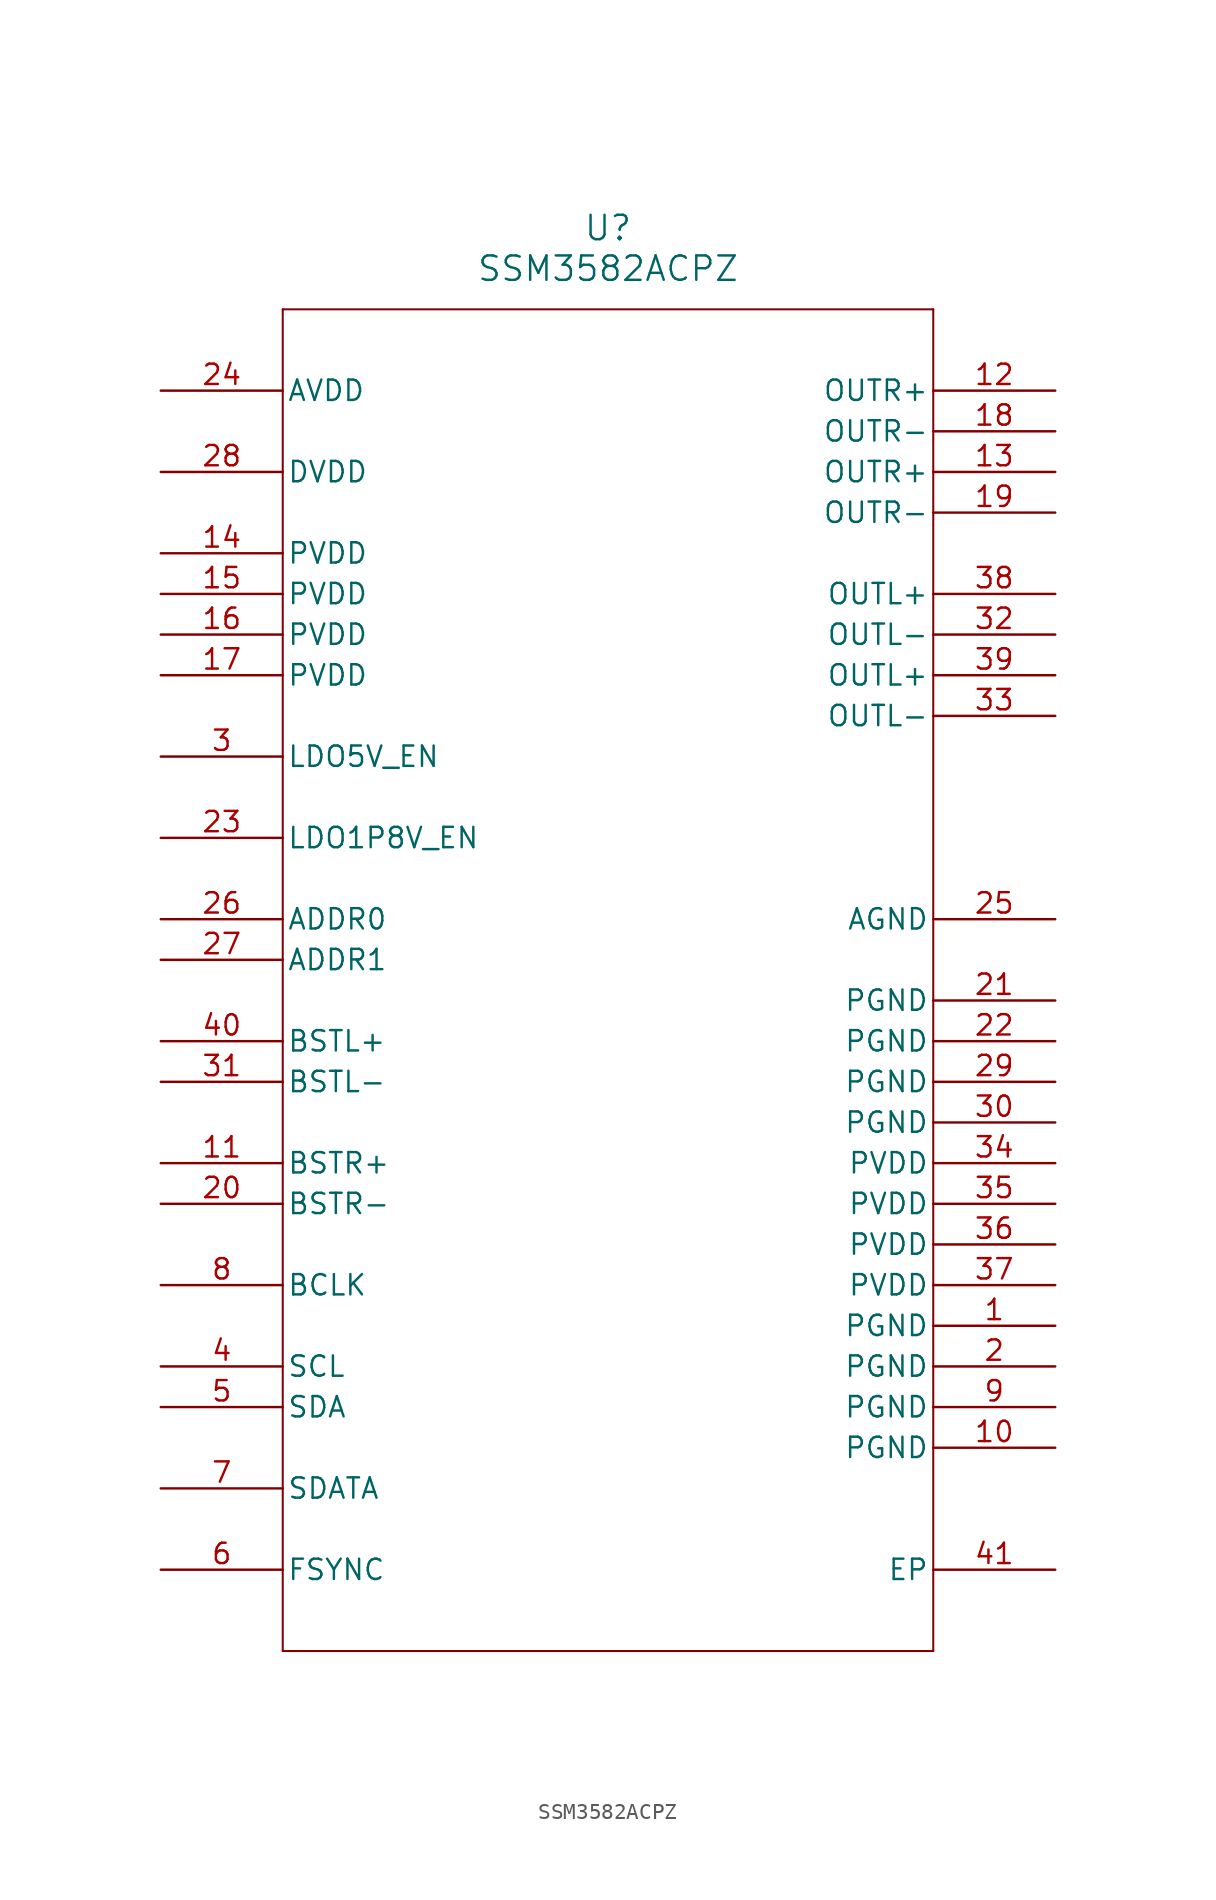
<source format=kicad_sym>
(kicad_symbol_lib
  (version 20211014)
  (generator kicad_symbol_editor)
  (symbol "SSM3582ACPZ"
    (pin_names
      (offset 0.254))
    (property "Reference" "U"
      (at 27.94 10.16 0)
      (effects (font (size 1.524 1.524))))
    (property "Value" "SSM3582ACPZ"
      (at 27.94 7.62 0)
      (effects (font (size 1.524 1.524))))
    (symbol "SSM3582ACPZ_0_1"
      (polyline (pts (xy 7.62 5.08) (xy 7.62 -78.74)) (stroke (width 0.127) (type default) (color 0 0 0 0)) (fill (type none)))
      (polyline (pts (xy 7.62 -78.74) (xy 48.26 -78.74)) (stroke (width 0.127) (type default) (color 0 0 0 0)) (fill (type none)))
      (polyline (pts (xy 48.26 -78.74) (xy 48.26 5.08)) (stroke (width 0.127) (type default) (color 0 0 0 0)) (fill (type none)))
      (polyline (pts (xy 48.26 5.08) (xy 7.62 5.08)) (stroke (width 0.127) (type default) (color 0 0 0 0)) (fill (type none)))
      (pin unspecified line (at 0 -33.02 0) (length 7.62) (name "ADDR0" (effects (font (size 1.27 1.27)))) (number "26" (effects (font (size 1.27 1.27)))))
      (pin unspecified line (at 0 -35.56 0) (length 7.62) (name "ADDR1" (effects (font (size 1.27 1.27)))) (number "27" (effects (font (size 1.27 1.27)))))
      (pin unspecified line (at 55.88 -33.02 180) (length 7.62) (name "AGND" (effects (font (size 1.27 1.27)))) (number "25" (effects (font (size 1.27 1.27)))))
      (pin unspecified line (at 0 0 0) (length 7.62) (name "AVDD" (effects (font (size 1.27 1.27)))) (number "24" (effects (font (size 1.27 1.27)))))
      (pin unspecified line (at 0 -55.88 0) (length 7.62) (name "BCLK" (effects (font (size 1.27 1.27)))) (number "8" (effects (font (size 1.27 1.27)))))
      (pin unspecified line (at 0 -43.18 0) (length 7.62) (name "BSTL-" (effects (font (size 1.27 1.27)))) (number "31" (effects (font (size 1.27 1.27)))))
      (pin unspecified line (at 0 -40.64 0) (length 7.62) (name "BSTL+" (effects (font (size 1.27 1.27)))) (number "40" (effects (font (size 1.27 1.27)))))
      (pin unspecified line (at 0 -50.8 0) (length 7.62) (name "BSTR-" (effects (font (size 1.27 1.27)))) (number "20" (effects (font (size 1.27 1.27)))))
      (pin unspecified line (at 0 -48.26 0) (length 7.62) (name "BSTR+" (effects (font (size 1.27 1.27)))) (number "11" (effects (font (size 1.27 1.27)))))
      (pin unspecified line (at 0 -5.08 0) (length 7.62) (name "DVDD" (effects (font (size 1.27 1.27)))) (number "28" (effects (font (size 1.27 1.27)))))
      (pin unspecified line (at 55.88 -73.66 180) (length 7.62) (name "EP" (effects (font (size 1.27 1.27)))) (number "41" (effects (font (size 1.27 1.27)))))
      (pin unspecified line (at 0 -73.66 0) (length 7.62) (name "FSYNC" (effects (font (size 1.27 1.27)))) (number "6" (effects (font (size 1.27 1.27)))))
      (pin unspecified line (at 0 -27.94 0) (length 7.62) (name "LDO1P8V_EN" (effects (font (size 1.27 1.27)))) (number "23" (effects (font (size 1.27 1.27)))))
      (pin unspecified line (at 0 -22.86 0) (length 7.62) (name "LDO5V_EN" (effects (font (size 1.27 1.27)))) (number "3" (effects (font (size 1.27 1.27)))))
      (pin unspecified line (at 55.88 -15.24 180) (length 7.62) (name "OUTL-" (effects (font (size 1.27 1.27)))) (number "32" (effects (font (size 1.27 1.27)))))
      (pin unspecified line (at 55.88 -20.32 180) (length 7.62) (name "OUTL-" (effects (font (size 1.27 1.27)))) (number "33" (effects (font (size 1.27 1.27)))))
      (pin unspecified line (at 55.88 -12.7 180) (length 7.62) (name "OUTL+" (effects (font (size 1.27 1.27)))) (number "38" (effects (font (size 1.27 1.27)))))
      (pin unspecified line (at 55.88 -17.78 180) (length 7.62) (name "OUTL+" (effects (font (size 1.27 1.27)))) (number "39" (effects (font (size 1.27 1.27)))))
      (pin unspecified line (at 55.88 -2.54 180) (length 7.62) (name "OUTR-" (effects (font (size 1.27 1.27)))) (number "18" (effects (font (size 1.27 1.27)))))
      (pin unspecified line (at 55.88 -7.62 180) (length 7.62) (name "OUTR-" (effects (font (size 1.27 1.27)))) (number "19" (effects (font (size 1.27 1.27)))))
      (pin unspecified line (at 55.88 0 180) (length 7.62) (name "OUTR+" (effects (font (size 1.27 1.27)))) (number "12" (effects (font (size 1.27 1.27)))))
      (pin unspecified line (at 55.88 -5.08 180) (length 7.62) (name "OUTR+" (effects (font (size 1.27 1.27)))) (number "13" (effects (font (size 1.27 1.27)))))
      (pin unspecified line (at 55.88 -58.42 180) (length 7.62) (name "PGND" (effects (font (size 1.27 1.27)))) (number "1" (effects (font (size 1.27 1.27)))))
      (pin unspecified line (at 55.88 -60.96 180) (length 7.62) (name "PGND" (effects (font (size 1.27 1.27)))) (number "2" (effects (font (size 1.27 1.27)))))
      (pin unspecified line (at 55.88 -63.5 180) (length 7.62) (name "PGND" (effects (font (size 1.27 1.27)))) (number "9" (effects (font (size 1.27 1.27)))))
      (pin unspecified line (at 55.88 -66.04 180) (length 7.62) (name "PGND" (effects (font (size 1.27 1.27)))) (number "10" (effects (font (size 1.27 1.27)))))
      (pin unspecified line (at 55.88 -38.1 180) (length 7.62) (name "PGND" (effects (font (size 1.27 1.27)))) (number "21" (effects (font (size 1.27 1.27)))))
      (pin unspecified line (at 55.88 -40.64 180) (length 7.62) (name "PGND" (effects (font (size 1.27 1.27)))) (number "22" (effects (font (size 1.27 1.27)))))
      (pin unspecified line (at 55.88 -43.18 180) (length 7.62) (name "PGND" (effects (font (size 1.27 1.27)))) (number "29" (effects (font (size 1.27 1.27)))))
      (pin unspecified line (at 55.88 -45.72 180) (length 7.62) (name "PGND" (effects (font (size 1.27 1.27)))) (number "30" (effects (font (size 1.27 1.27)))))
      (pin unspecified line (at 0 -10.16 0) (length 7.62) (name "PVDD" (effects (font (size 1.27 1.27)))) (number "14" (effects (font (size 1.27 1.27)))))
      (pin unspecified line (at 0 -12.7 0) (length 7.62) (name "PVDD" (effects (font (size 1.27 1.27)))) (number "15" (effects (font (size 1.27 1.27)))))
      (pin unspecified line (at 0 -15.24 0) (length 7.62) (name "PVDD" (effects (font (size 1.27 1.27)))) (number "16" (effects (font (size 1.27 1.27)))))
      (pin unspecified line (at 0 -17.78 0) (length 7.62) (name "PVDD" (effects (font (size 1.27 1.27)))) (number "17" (effects (font (size 1.27 1.27)))))
      (pin unspecified line (at 55.88 -48.26 180) (length 7.62) (name "PVDD" (effects (font (size 1.27 1.27)))) (number "34" (effects (font (size 1.27 1.27)))))
      (pin unspecified line (at 55.88 -50.8 180) (length 7.62) (name "PVDD" (effects (font (size 1.27 1.27)))) (number "35" (effects (font (size 1.27 1.27)))))
      (pin unspecified line (at 55.88 -53.34 180) (length 7.62) (name "PVDD" (effects (font (size 1.27 1.27)))) (number "36" (effects (font (size 1.27 1.27)))))
      (pin unspecified line (at 55.88 -55.88 180) (length 7.62) (name "PVDD" (effects (font (size 1.27 1.27)))) (number "37" (effects (font (size 1.27 1.27)))))
      (pin unspecified line (at 0 -60.96 0) (length 7.62) (name "SCL" (effects (font (size 1.27 1.27)))) (number "4" (effects (font (size 1.27 1.27)))))
      (pin unspecified line (at 0 -63.5 0) (length 7.62) (name "SDA" (effects (font (size 1.27 1.27)))) (number "5" (effects (font (size 1.27 1.27)))))
      (pin unspecified line (at 0 -68.58 0) (length 7.62) (name "SDATA" (effects (font (size 1.27 1.27)))) (number "7" (effects (font (size 1.27 1.27))))))))
</source>
